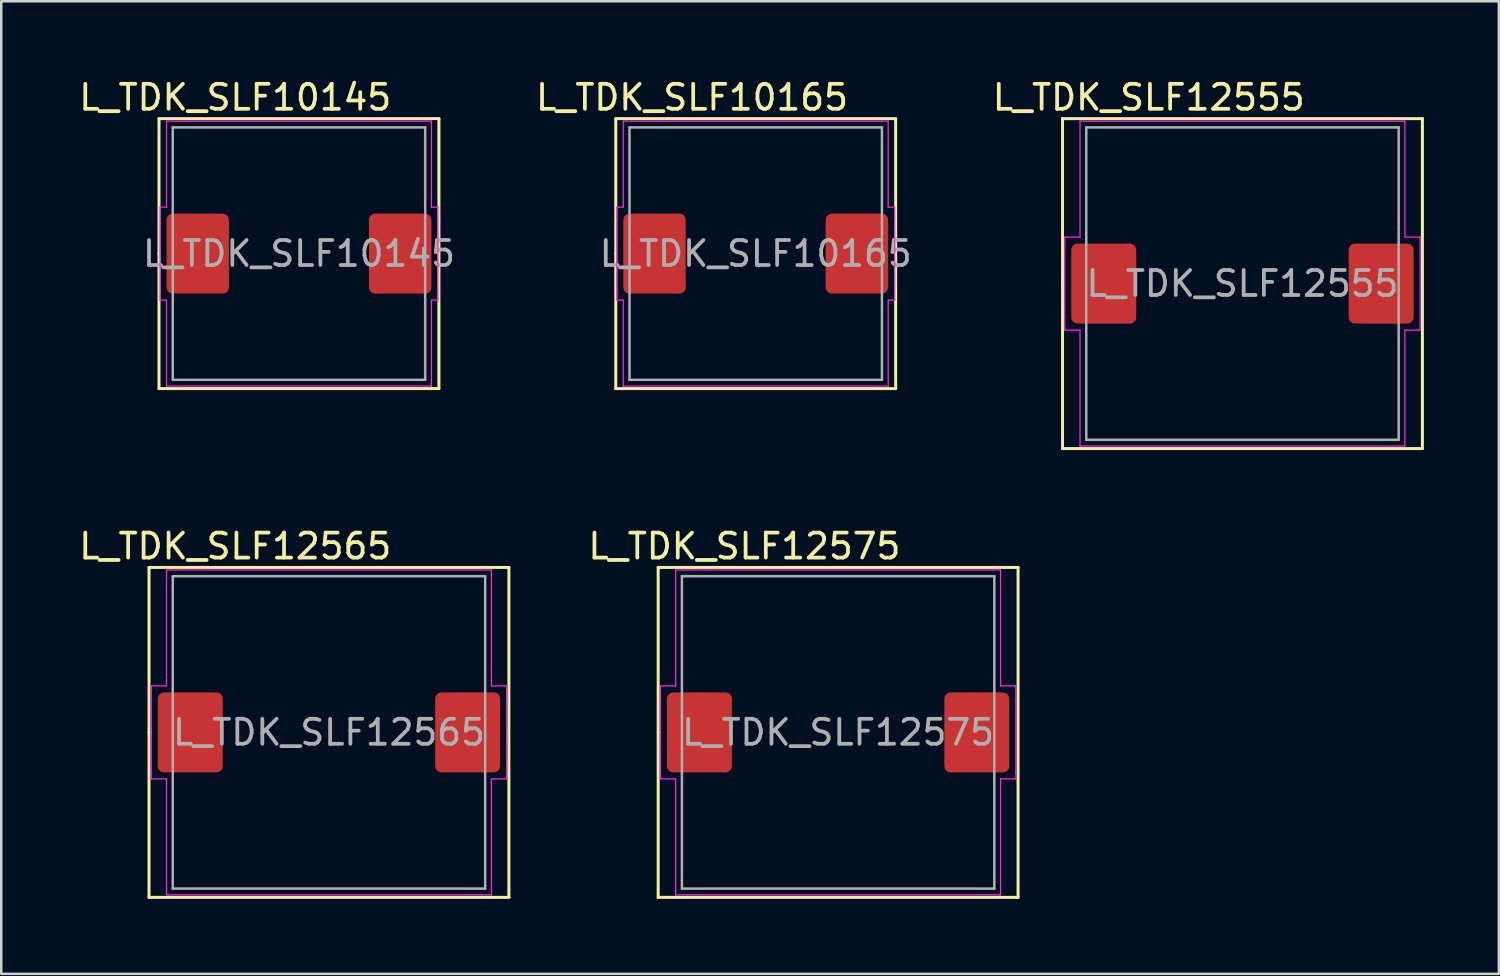
<source format=kicad_pcb>
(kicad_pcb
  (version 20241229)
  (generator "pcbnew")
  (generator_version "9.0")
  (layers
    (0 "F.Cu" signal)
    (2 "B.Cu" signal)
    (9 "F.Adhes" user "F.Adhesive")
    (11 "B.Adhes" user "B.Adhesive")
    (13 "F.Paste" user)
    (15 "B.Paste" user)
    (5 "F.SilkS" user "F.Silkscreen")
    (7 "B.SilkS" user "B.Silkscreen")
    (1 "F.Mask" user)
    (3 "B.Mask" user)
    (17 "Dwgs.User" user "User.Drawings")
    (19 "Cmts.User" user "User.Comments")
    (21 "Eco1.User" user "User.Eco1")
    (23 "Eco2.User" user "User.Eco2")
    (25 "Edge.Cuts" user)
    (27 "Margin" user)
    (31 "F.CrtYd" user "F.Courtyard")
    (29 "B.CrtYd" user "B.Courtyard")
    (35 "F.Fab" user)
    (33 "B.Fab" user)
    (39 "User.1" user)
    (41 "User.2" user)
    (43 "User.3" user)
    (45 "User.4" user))
  (footprint "L_TDK_SLF10165"
    (layer "F.Cu")
    (at 27.189 7.098)
    (property "Reference" "L_TDK_SLF10165" (at -2.55 -6.25 0) (layer "F.SilkS") (effects (font (size 1 1) (thickness 0.15))))
    (attr smd)
    (fp_line (start -5.6 -5.4) (end 5.6 -5.4) (stroke (width 0.12) (type solid)) (layer "F.SilkS"))
    (fp_line (start -5.6 0) (end -5.6 -5.4) (stroke (width 0.12) (type solid)) (layer "F.SilkS"))
    (fp_line (start -5.6 5.4) (end -5.6 0) (stroke (width 0.12) (type solid)) (layer "F.SilkS"))
    (fp_line (start 5.6 -5.4) (end 5.6 5.4) (stroke (width 0.12) (type solid)) (layer "F.SilkS"))
    (fp_line (start 5.6 5.4) (end -5.6 5.4) (stroke (width 0.12) (type solid)) (layer "F.SilkS"))
    (fp_line (start -5.56 -1.86) (end -5.56 1.86) (stroke (width 0.05) (type solid)) (layer "F.CrtYd"))
    (fp_line (start -5.56 1.86) (end -5.3 1.86) (stroke (width 0.05) (type solid)) (layer "F.CrtYd"))
    (fp_line (start -5.3 -5.3) (end -5.3 -1.86) (stroke (width 0.05) (type solid)) (layer "F.CrtYd"))
    (fp_line (start -5.3 -5.3) (end 5.3 -5.3) (stroke (width 0.05) (type solid)) (layer "F.CrtYd"))
    (fp_line (start -5.3 -1.86) (end -5.56 -1.86) (stroke (width 0.05) (type solid)) (layer "F.CrtYd"))
    (fp_line (start -5.3 1.86) (end -5.3 5.3) (stroke (width 0.05) (type solid)) (layer "F.CrtYd"))
    (fp_line (start -5.3 5.3) (end 5.3 5.3) (stroke (width 0.05) (type solid)) (layer "F.CrtYd"))
    (fp_line (start 5.3 -5.3) (end 5.3 -1.86) (stroke (width 0.05) (type solid)) (layer "F.CrtYd"))
    (fp_line (start 5.3 -1.86) (end 5.56 -1.86) (stroke (width 0.05) (type solid)) (layer "F.CrtYd"))
    (fp_line (start 5.3 1.86) (end 5.3 5.3) (stroke (width 0.05) (type solid)) (layer "F.CrtYd"))
    (fp_line (start 5.56 -1.86) (end 5.56 1.86) (stroke (width 0.05) (type solid)) (layer "F.CrtYd"))
    (fp_line (start 5.56 1.86) (end 5.3 1.86) (stroke (width 0.05) (type solid)) (layer "F.CrtYd"))
    (fp_line (start -5.05 -5.05) (end 5.05 -5.05) (stroke (width 0.1) (type solid)) (layer "F.Fab"))
    (fp_line (start -5.05 5.05) (end -5.05 -5.05) (stroke (width 0.1) (type solid)) (layer "F.Fab"))
    (fp_line (start 5.05 -5.05) (end 5.05 5.05) (stroke (width 0.1) (type solid)) (layer "F.Fab"))
    (fp_line (start 5.05 5.05) (end -5.05 5.05) (stroke (width 0.1) (type solid)) (layer "F.Fab"))
    (fp_text user "${REFERENCE}" (at 0 0 0) (layer "F.Fab") (effects (font (size 1 1) (thickness 0.15))))
    (pad "1" smd roundrect (at -4.05 0) (size 2.5 3.2) (layers "F.Cu" "F.Mask" "F.Paste") (roundrect_rratio 0.1))
    (pad "2" smd roundrect (at 4.05 0) (size 2.5 3.2) (layers "F.Cu" "F.Mask" "F.Paste") (roundrect_rratio 0.1)))
  (footprint "L_TDK_SLF12565"
    (layer "F.Cu")
    (at 10.113 26.256)
    (property "Reference" "L_TDK_SLF12565" (at -3.75 -7.45 0) (layer "F.SilkS") (effects (font (size 1 1) (thickness 0.15))))
    (attr smd)
    (fp_line (start -7.2 -6.6) (end 7.2 -6.6) (stroke (width 0.12) (type solid)) (layer "F.SilkS"))
    (fp_line (start -7.2 0) (end -7.2 -6.6) (stroke (width 0.12) (type solid)) (layer "F.SilkS"))
    (fp_line (start -7.2 6.6) (end -7.2 0) (stroke (width 0.12) (type solid)) (layer "F.SilkS"))
    (fp_line (start 7.2 -6.6) (end 7.2 6.6) (stroke (width 0.12) (type solid)) (layer "F.SilkS"))
    (fp_line (start 7.2 6.6) (end -7.2 6.6) (stroke (width 0.12) (type solid)) (layer "F.SilkS"))
    (fp_line (start -7.11 -1.86) (end -7.11 1.86) (stroke (width 0.05) (type solid)) (layer "F.CrtYd"))
    (fp_line (start -7.11 1.86) (end -6.5 1.86) (stroke (width 0.05) (type solid)) (layer "F.CrtYd"))
    (fp_line (start -6.5 -6.5) (end -6.5 -1.86) (stroke (width 0.05) (type solid)) (layer "F.CrtYd"))
    (fp_line (start -6.5 -6.5) (end 6.5 -6.5) (stroke (width 0.05) (type solid)) (layer "F.CrtYd"))
    (fp_line (start -6.5 -1.86) (end -7.11 -1.86) (stroke (width 0.05) (type solid)) (layer "F.CrtYd"))
    (fp_line (start -6.5 1.86) (end -6.5 6.5) (stroke (width 0.05) (type solid)) (layer "F.CrtYd"))
    (fp_line (start -6.5 6.5) (end 6.5 6.5) (stroke (width 0.05) (type solid)) (layer "F.CrtYd"))
    (fp_line (start 6.5 -6.5) (end 6.5 -1.86) (stroke (width 0.05) (type solid)) (layer "F.CrtYd"))
    (fp_line (start 6.5 -1.86) (end 7.11 -1.86) (stroke (width 0.05) (type solid)) (layer "F.CrtYd"))
    (fp_line (start 6.5 1.86) (end 6.5 6.5) (stroke (width 0.05) (type solid)) (layer "F.CrtYd"))
    (fp_line (start 7.11 -1.86) (end 7.11 1.86) (stroke (width 0.05) (type solid)) (layer "F.CrtYd"))
    (fp_line (start 7.11 1.86) (end 6.5 1.86) (stroke (width 0.05) (type solid)) (layer "F.CrtYd"))
    (fp_line (start -6.25 -6.25) (end 6.25 -6.25) (stroke (width 0.1) (type solid)) (layer "F.Fab"))
    (fp_line (start -6.25 6.25) (end -6.25 -6.25) (stroke (width 0.1) (type solid)) (layer "F.Fab"))
    (fp_line (start 6.25 -6.25) (end 6.25 6.25) (stroke (width 0.1) (type solid)) (layer "F.Fab"))
    (fp_line (start 6.25 6.25) (end -6.25 6.25) (stroke (width 0.1) (type solid)) (layer "F.Fab"))
    (fp_text user "${REFERENCE}" (at 0 0 0) (layer "F.Fab") (effects (font (size 1 1) (thickness 0.15))))
    (pad "1" smd roundrect (at -5.55 0) (size 2.6 3.2) (layers "F.Cu" "F.Mask" "F.Paste") (roundrect_rratio 0.096))
    (pad "2" smd roundrect (at 5.55 0) (size 2.6 3.2) (layers "F.Cu" "F.Mask" "F.Paste") (roundrect_rratio 0.096)))
  (footprint "L_TDK_SLF12575"
    (layer "F.Cu")
    (at 30.486 26.256)
    (property "Reference" "L_TDK_SLF12575" (at -3.75 -7.45 0) (layer "F.SilkS") (effects (font (size 1 1) (thickness 0.15))))
    (attr smd)
    (fp_line (start -7.2 -6.6) (end 7.2 -6.6) (stroke (width 0.12) (type solid)) (layer "F.SilkS"))
    (fp_line (start -7.2 0) (end -7.2 -6.6) (stroke (width 0.12) (type solid)) (layer "F.SilkS"))
    (fp_line (start -7.2 6.6) (end -7.2 0) (stroke (width 0.12) (type solid)) (layer "F.SilkS"))
    (fp_line (start 7.2 -6.6) (end 7.2 6.6) (stroke (width 0.12) (type solid)) (layer "F.SilkS"))
    (fp_line (start 7.2 6.6) (end -7.2 6.6) (stroke (width 0.12) (type solid)) (layer "F.SilkS"))
    (fp_line (start -7.11 -1.86) (end -7.11 1.86) (stroke (width 0.05) (type solid)) (layer "F.CrtYd"))
    (fp_line (start -7.11 1.86) (end -6.5 1.86) (stroke (width 0.05) (type solid)) (layer "F.CrtYd"))
    (fp_line (start -6.5 -6.5) (end -6.5 -1.86) (stroke (width 0.05) (type solid)) (layer "F.CrtYd"))
    (fp_line (start -6.5 -6.5) (end 6.5 -6.5) (stroke (width 0.05) (type solid)) (layer "F.CrtYd"))
    (fp_line (start -6.5 -1.86) (end -7.11 -1.86) (stroke (width 0.05) (type solid)) (layer "F.CrtYd"))
    (fp_line (start -6.5 1.86) (end -6.5 6.5) (stroke (width 0.05) (type solid)) (layer "F.CrtYd"))
    (fp_line (start -6.5 6.5) (end 6.5 6.5) (stroke (width 0.05) (type solid)) (layer "F.CrtYd"))
    (fp_line (start 6.5 -6.5) (end 6.5 -1.86) (stroke (width 0.05) (type solid)) (layer "F.CrtYd"))
    (fp_line (start 6.5 -1.86) (end 7.11 -1.86) (stroke (width 0.05) (type solid)) (layer "F.CrtYd"))
    (fp_line (start 6.5 1.86) (end 6.5 6.5) (stroke (width 0.05) (type solid)) (layer "F.CrtYd"))
    (fp_line (start 7.11 -1.86) (end 7.11 1.86) (stroke (width 0.05) (type solid)) (layer "F.CrtYd"))
    (fp_line (start 7.11 1.86) (end 6.5 1.86) (stroke (width 0.05) (type solid)) (layer "F.CrtYd"))
    (fp_line (start -6.25 -6.25) (end 6.25 -6.25) (stroke (width 0.1) (type solid)) (layer "F.Fab"))
    (fp_line (start -6.25 6.25) (end -6.25 -6.25) (stroke (width 0.1) (type solid)) (layer "F.Fab"))
    (fp_line (start 6.25 -6.25) (end 6.25 6.25) (stroke (width 0.1) (type solid)) (layer "F.Fab"))
    (fp_line (start 6.25 6.25) (end -6.25 6.25) (stroke (width 0.1) (type solid)) (layer "F.Fab"))
    (fp_text user "${REFERENCE}" (at 0 0 0) (layer "F.Fab") (effects (font (size 1 1) (thickness 0.15))))
    (pad "1" smd roundrect (at -5.55 0) (size 2.6 3.2) (layers "F.Cu" "F.Mask" "F.Paste") (roundrect_rratio 0.096))
    (pad "2" smd roundrect (at 5.55 0) (size 2.6 3.2) (layers "F.Cu" "F.Mask" "F.Paste") (roundrect_rratio 0.096)))
  (footprint "L_TDK_SLF12555"
    (layer "F.Cu")
    (at 46.665 8.298)
    (property "Reference" "L_TDK_SLF12555" (at -3.75 -7.45 0) (layer "F.SilkS") (effects (font (size 1 1) (thickness 0.15))))
    (attr smd)
    (fp_line (start -7.2 -6.6) (end 7.2 -6.6) (stroke (width 0.12) (type solid)) (layer "F.SilkS"))
    (fp_line (start -7.2 0) (end -7.2 -6.6) (stroke (width 0.12) (type solid)) (layer "F.SilkS"))
    (fp_line (start -7.2 6.6) (end -7.2 0) (stroke (width 0.12) (type solid)) (layer "F.SilkS"))
    (fp_line (start 7.2 -6.6) (end 7.2 6.6) (stroke (width 0.12) (type solid)) (layer "F.SilkS"))
    (fp_line (start 7.2 6.6) (end -7.2 6.6) (stroke (width 0.12) (type solid)) (layer "F.SilkS"))
    (fp_line (start -7.11 -1.86) (end -7.11 1.86) (stroke (width 0.05) (type solid)) (layer "F.CrtYd"))
    (fp_line (start -7.11 1.86) (end -6.5 1.86) (stroke (width 0.05) (type solid)) (layer "F.CrtYd"))
    (fp_line (start -6.5 -6.5) (end -6.5 -1.86) (stroke (width 0.05) (type solid)) (layer "F.CrtYd"))
    (fp_line (start -6.5 -6.5) (end 6.5 -6.5) (stroke (width 0.05) (type solid)) (layer "F.CrtYd"))
    (fp_line (start -6.5 -1.86) (end -7.11 -1.86) (stroke (width 0.05) (type solid)) (layer "F.CrtYd"))
    (fp_line (start -6.5 1.86) (end -6.5 6.5) (stroke (width 0.05) (type solid)) (layer "F.CrtYd"))
    (fp_line (start -6.5 6.5) (end 6.5 6.5) (stroke (width 0.05) (type solid)) (layer "F.CrtYd"))
    (fp_line (start 6.5 -6.5) (end 6.5 -1.86) (stroke (width 0.05) (type solid)) (layer "F.CrtYd"))
    (fp_line (start 6.5 -1.86) (end 7.11 -1.86) (stroke (width 0.05) (type solid)) (layer "F.CrtYd"))
    (fp_line (start 6.5 1.86) (end 6.5 6.5) (stroke (width 0.05) (type solid)) (layer "F.CrtYd"))
    (fp_line (start 7.11 -1.86) (end 7.11 1.86) (stroke (width 0.05) (type solid)) (layer "F.CrtYd"))
    (fp_line (start 7.11 1.86) (end 6.5 1.86) (stroke (width 0.05) (type solid)) (layer "F.CrtYd"))
    (fp_line (start -6.25 -6.25) (end 6.25 -6.25) (stroke (width 0.1) (type solid)) (layer "F.Fab"))
    (fp_line (start -6.25 6.25) (end -6.25 -6.25) (stroke (width 0.1) (type solid)) (layer "F.Fab"))
    (fp_line (start 6.25 -6.25) (end 6.25 6.25) (stroke (width 0.1) (type solid)) (layer "F.Fab"))
    (fp_line (start 6.25 6.25) (end -6.25 6.25) (stroke (width 0.1) (type solid)) (layer "F.Fab"))
    (fp_text user "${REFERENCE}" (at 0 0 0) (layer "F.Fab") (effects (font (size 1 1) (thickness 0.15))))
    (pad "1" smd roundrect (at -5.55 0) (size 2.6 3.2) (layers "F.Cu" "F.Mask" "F.Paste") (roundrect_rratio 0.096))
    (pad "2" smd roundrect (at 5.55 0) (size 2.6 3.2) (layers "F.Cu" "F.Mask" "F.Paste") (roundrect_rratio 0.096)))
  (footprint "L_TDK_SLF10145"
    (layer "F.Cu")
    (at 8.913 7.098)
    (property "Reference" "L_TDK_SLF10145" (at -2.55 -6.25 0) (layer "F.SilkS") (effects (font (size 1 1) (thickness 0.15))))
    (attr smd)
    (fp_line (start -5.6 -5.4) (end 5.6 -5.4) (stroke (width 0.12) (type solid)) (layer "F.SilkS"))
    (fp_line (start -5.6 0) (end -5.6 -5.4) (stroke (width 0.12) (type solid)) (layer "F.SilkS"))
    (fp_line (start -5.6 5.4) (end -5.6 0) (stroke (width 0.12) (type solid)) (layer "F.SilkS"))
    (fp_line (start 5.6 -5.4) (end 5.6 5.4) (stroke (width 0.12) (type solid)) (layer "F.SilkS"))
    (fp_line (start 5.6 5.4) (end -5.6 5.4) (stroke (width 0.12) (type solid)) (layer "F.SilkS"))
    (fp_line (start -5.56 -1.86) (end -5.56 1.86) (stroke (width 0.05) (type solid)) (layer "F.CrtYd"))
    (fp_line (start -5.56 1.86) (end -5.3 1.86) (stroke (width 0.05) (type solid)) (layer "F.CrtYd"))
    (fp_line (start -5.3 -5.3) (end -5.3 -1.86) (stroke (width 0.05) (type solid)) (layer "F.CrtYd"))
    (fp_line (start -5.3 -5.3) (end 5.3 -5.3) (stroke (width 0.05) (type solid)) (layer "F.CrtYd"))
    (fp_line (start -5.3 -1.86) (end -5.56 -1.86) (stroke (width 0.05) (type solid)) (layer "F.CrtYd"))
    (fp_line (start -5.3 1.86) (end -5.3 5.3) (stroke (width 0.05) (type solid)) (layer "F.CrtYd"))
    (fp_line (start -5.3 5.3) (end 5.3 5.3) (stroke (width 0.05) (type solid)) (layer "F.CrtYd"))
    (fp_line (start 5.3 -5.3) (end 5.3 -1.86) (stroke (width 0.05) (type solid)) (layer "F.CrtYd"))
    (fp_line (start 5.3 -1.86) (end 5.56 -1.86) (stroke (width 0.05) (type solid)) (layer "F.CrtYd"))
    (fp_line (start 5.3 1.86) (end 5.3 5.3) (stroke (width 0.05) (type solid)) (layer "F.CrtYd"))
    (fp_line (start 5.56 -1.86) (end 5.56 1.86) (stroke (width 0.05) (type solid)) (layer "F.CrtYd"))
    (fp_line (start 5.56 1.86) (end 5.3 1.86) (stroke (width 0.05) (type solid)) (layer "F.CrtYd"))
    (fp_line (start -5.05 -5.05) (end 5.05 -5.05) (stroke (width 0.1) (type solid)) (layer "F.Fab"))
    (fp_line (start -5.05 5.05) (end -5.05 -5.05) (stroke (width 0.1) (type solid)) (layer "F.Fab"))
    (fp_line (start 5.05 -5.05) (end 5.05 5.05) (stroke (width 0.1) (type solid)) (layer "F.Fab"))
    (fp_line (start 5.05 5.05) (end -5.05 5.05) (stroke (width 0.1) (type solid)) (layer "F.Fab"))
    (fp_text user "${REFERENCE}" (at 0 0 0) (layer "F.Fab") (effects (font (size 1 1) (thickness 0.15))))
    (pad "1" smd roundrect (at -4.05 0) (size 2.5 3.2) (layers "F.Cu" "F.Mask" "F.Paste") (roundrect_rratio 0.1))
    (pad "2" smd roundrect (at 4.05 0) (size 2.5 3.2) (layers "F.Cu" "F.Mask" "F.Paste") (roundrect_rratio 0.1)))
  (gr_rect
    (start -3 -3)
    (end 56.925 35.916)
    (stroke (width 0.1) (type default))
    (fill no)
    (layer "Edge.Cuts")))
</source>
